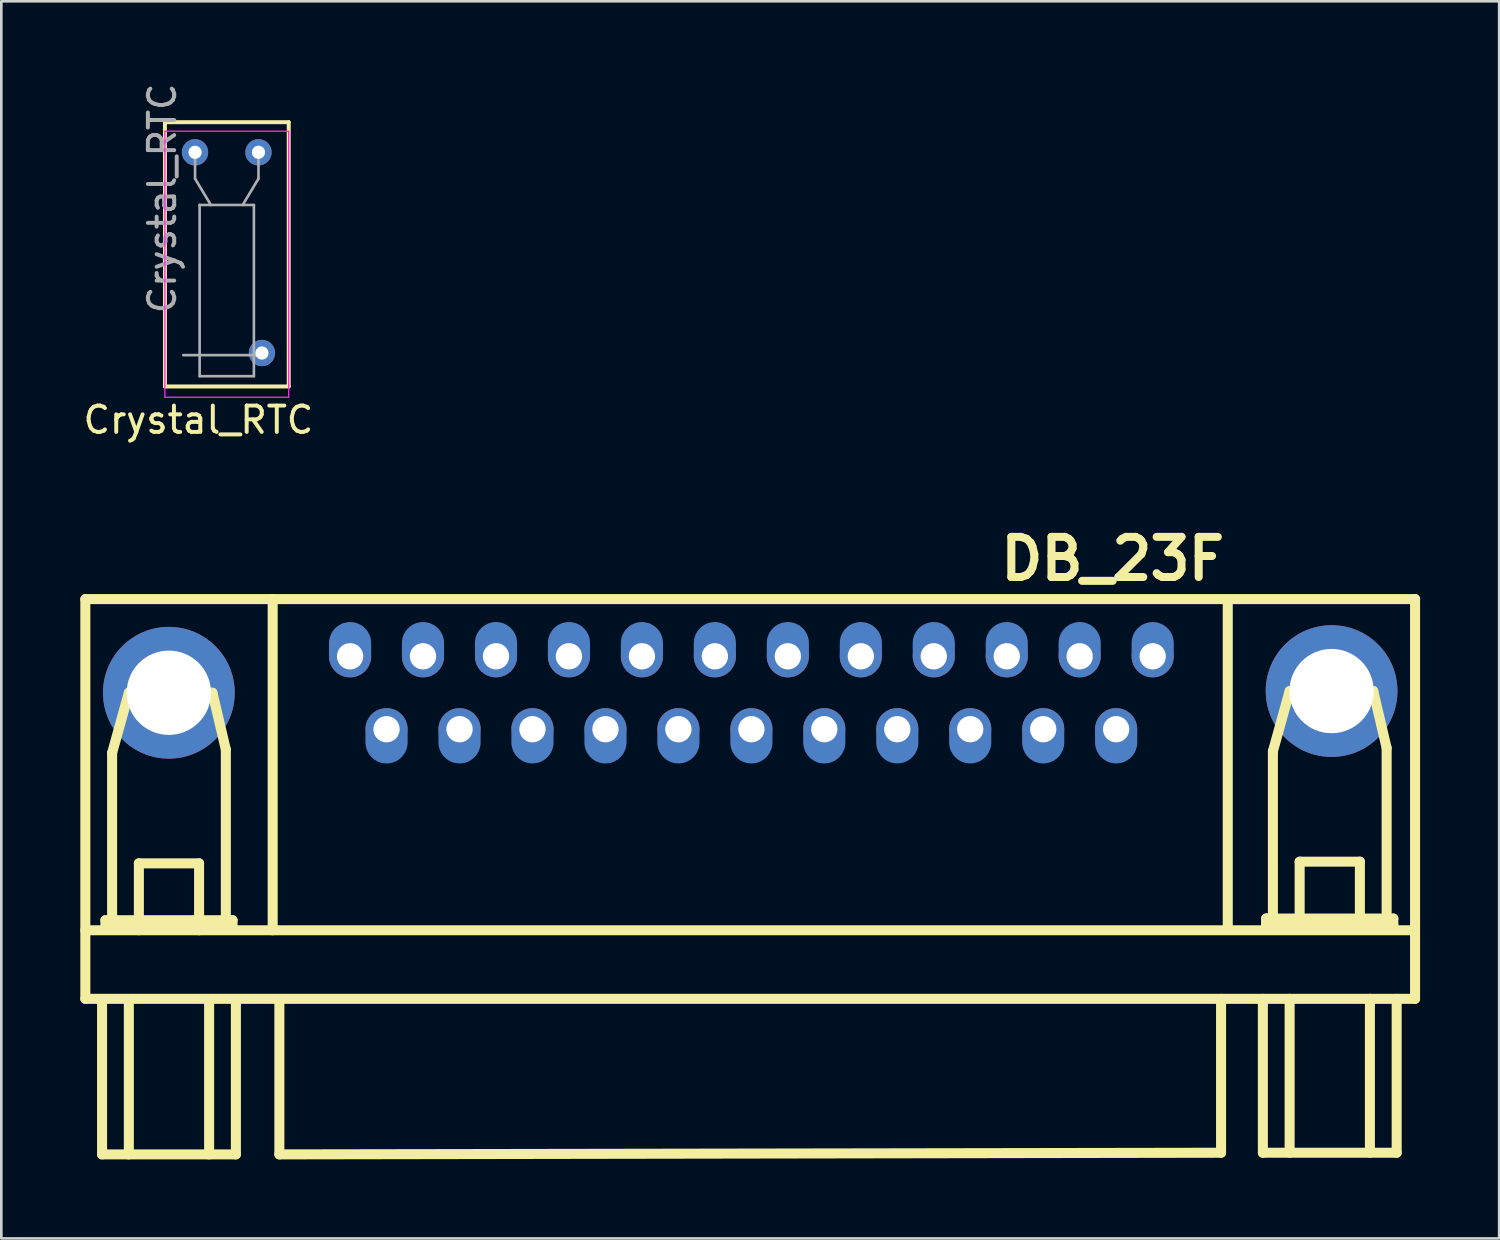
<source format=kicad_pcb>
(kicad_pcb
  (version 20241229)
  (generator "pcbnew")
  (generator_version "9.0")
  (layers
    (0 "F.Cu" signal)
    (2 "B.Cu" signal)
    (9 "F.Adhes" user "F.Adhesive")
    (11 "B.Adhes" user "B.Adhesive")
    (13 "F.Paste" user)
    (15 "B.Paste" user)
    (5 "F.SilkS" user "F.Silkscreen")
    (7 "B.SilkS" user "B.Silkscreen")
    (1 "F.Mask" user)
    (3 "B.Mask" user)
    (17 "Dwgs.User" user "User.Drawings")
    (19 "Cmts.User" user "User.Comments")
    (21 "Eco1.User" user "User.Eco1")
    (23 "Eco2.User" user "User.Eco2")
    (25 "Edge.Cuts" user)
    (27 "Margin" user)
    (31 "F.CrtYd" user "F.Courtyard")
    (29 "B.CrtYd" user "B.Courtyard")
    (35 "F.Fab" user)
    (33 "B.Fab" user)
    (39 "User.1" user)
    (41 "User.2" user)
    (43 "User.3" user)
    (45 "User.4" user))
  (footprint "Crystal_RTC"
    (layer "F.Cu")
    (at 4.609 2.732)
    (property "Reference" "Crystal_RTC" (at -0.127 10.16 180) (layer "F.SilkS") (effects (font (size 1 1) (thickness 0.15))))
    (attr through_hole)
    (fp_line (start -1.397 -1.143) (end 3.302 -1.143) (stroke (width 0.15) (type solid)) (layer "F.SilkS"))
    (fp_line (start -1.397 8.89) (end -1.397 -1.143) (stroke (width 0.15) (type solid)) (layer "F.SilkS"))
    (fp_line (start 3.302 -1.143) (end 3.302 8.89) (stroke (width 0.15) (type solid)) (layer "F.SilkS"))
    (fp_line (start 3.302 8.89) (end -1.397 8.89) (stroke (width 0.15) (type solid)) (layer "F.SilkS"))
    (fp_line (start -1.4 -0.8) (end -1.4 9.3) (stroke (width 0.05) (type solid)) (layer "F.CrtYd"))
    (fp_line (start -1.4 9.3) (end 3.3 9.3) (stroke (width 0.05) (type solid)) (layer "F.CrtYd"))
    (fp_line (start 3.3 -0.8) (end -1.4 -0.8) (stroke (width 0.05) (type solid)) (layer "F.CrtYd"))
    (fp_line (start 3.3 9.3) (end 3.3 -0.8) (stroke (width 0.05) (type solid)) (layer "F.CrtYd"))
    (fp_line (start -0.7 7.7) (end 2.3 7.7) (stroke (width 0.1) (type solid)) (layer "F.Fab"))
    (fp_line (start -0.254 1) (end -0.254 0) (stroke (width 0.1) (type solid)) (layer "F.Fab"))
    (fp_line (start -0.08 2) (end -0.08 8.5) (stroke (width 0.1) (type solid)) (layer "F.Fab"))
    (fp_line (start -0.08 8.5) (end 1.98 8.5) (stroke (width 0.1) (type solid)) (layer "F.Fab"))
    (fp_line (start 0.346 2) (end -0.254 1) (stroke (width 0.1) (type solid)) (layer "F.Fab"))
    (fp_line (start 1.554 2) (end 2.154 1) (stroke (width 0.1) (type solid)) (layer "F.Fab"))
    (fp_line (start 1.98 2) (end -0.08 2) (stroke (width 0.1) (type solid)) (layer "F.Fab"))
    (fp_line (start 1.98 8.5) (end 1.98 2) (stroke (width 0.1) (type solid)) (layer "F.Fab"))
    (fp_line (start 2.154 1) (end 2.154 0) (stroke (width 0.1) (type solid)) (layer "F.Fab"))
    (fp_text user "${REFERENCE}" (at -1.5 1.75 90) (layer "F.Fab") (effects (font (size 1 1) (thickness 0.15))))
    (pad "1" thru_hole circle (at 2.154 0) (size 1 1) (drill 0.5) (layers "*.Cu" "*.Mask"))
    (pad "2" thru_hole circle (at 2.286 7.62) (size 1 1) (drill 0.5) (layers "*.Cu" "*.Mask"))
    (pad "3" thru_hole circle (at -0.254 0) (size 1 1) (drill 0.5) (layers "*.Cu" "*.Mask")))
  (footprint "DB_23F"
    (layer "F.Cu")
    (at 26.86 30.362)
    (property "Reference" "DB_23F" (at 12.332 -12.195 180) (layer "F.SilkS") (effects (font (size 1.524 1.524) (thickness 0.305))))
    (attr through_hole)
    (fp_line (start -26.67 -10.668) (end -26.67 4.508) (stroke (width 0.381) (type solid)) (layer "F.SilkS"))
    (fp_line (start -26.67 1.905) (end 23.749 1.905) (stroke (width 0.381) (type solid)) (layer "F.SilkS"))
    (fp_line (start -26.035 4.572) (end -26.035 10.414) (stroke (width 0.381) (type solid)) (layer "F.SilkS"))
    (fp_line (start -26.035 10.414) (end -20.955 10.414) (stroke (width 0.381) (type solid)) (layer "F.SilkS"))
    (fp_line (start -25.908 1.524) (end -25.908 1.778) (stroke (width 0.381) (type solid)) (layer "F.SilkS"))
    (fp_line (start -25.908 1.778) (end -21.082 1.778) (stroke (width 0.381) (type solid)) (layer "F.SilkS"))
    (fp_line (start -25.654 -4.826) (end -25.019 -7.112) (stroke (width 0.381) (type solid)) (layer "F.SilkS"))
    (fp_line (start -25.654 1.524) (end -25.654 -4.826) (stroke (width 0.381) (type solid)) (layer "F.SilkS"))
    (fp_line (start -25.019 -7.112) (end -21.844 -7.112) (stroke (width 0.381) (type solid)) (layer "F.SilkS"))
    (fp_line (start -25.019 4.572) (end -25.019 10.414) (stroke (width 0.381) (type solid)) (layer "F.SilkS"))
    (fp_line (start -24.638 -0.635) (end -22.352 -0.635) (stroke (width 0.381) (type solid)) (layer "F.SilkS"))
    (fp_line (start -24.638 1.905) (end -24.638 -0.635) (stroke (width 0.381) (type solid)) (layer "F.SilkS"))
    (fp_line (start -22.352 -0.635) (end -22.352 1.905) (stroke (width 0.381) (type solid)) (layer "F.SilkS"))
    (fp_line (start -21.971 4.572) (end -21.971 10.414) (stroke (width 0.381) (type solid)) (layer "F.SilkS"))
    (fp_line (start -21.844 -7.112) (end -21.336 -4.953) (stroke (width 0.381) (type solid)) (layer "F.SilkS"))
    (fp_line (start -21.336 -4.953) (end -21.336 1.524) (stroke (width 0.381) (type solid)) (layer "F.SilkS"))
    (fp_line (start -21.082 1.524) (end -25.908 1.524) (stroke (width 0.381) (type solid)) (layer "F.SilkS"))
    (fp_line (start -21.082 1.778) (end -21.082 1.524) (stroke (width 0.381) (type solid)) (layer "F.SilkS"))
    (fp_line (start -20.955 4.572) (end -20.955 10.414) (stroke (width 0.381) (type solid)) (layer "F.SilkS"))
    (fp_line (start -19.558 1.905) (end -19.558 -10.668) (stroke (width 0.381) (type solid)) (layer "F.SilkS"))
    (fp_line (start -19.304 4.572) (end -19.304 10.414) (stroke (width 0.381) (type solid)) (layer "F.SilkS"))
    (fp_line (start 16.447 10.351) (end -19.304 10.414) (stroke (width 0.381) (type solid)) (layer "F.SilkS"))
    (fp_line (start 16.447 10.351) (end 16.447 4.508) (stroke (width 0.381) (type solid)) (layer "F.SilkS"))
    (fp_line (start 16.701 1.841) (end 16.701 -10.477) (stroke (width 0.381) (type solid)) (layer "F.SilkS"))
    (fp_line (start 18.034 4.508) (end 18.034 10.351) (stroke (width 0.381) (type solid)) (layer "F.SilkS"))
    (fp_line (start 18.034 10.351) (end 23.114 10.351) (stroke (width 0.381) (type solid)) (layer "F.SilkS"))
    (fp_line (start 18.161 1.46) (end 18.161 1.714) (stroke (width 0.381) (type solid)) (layer "F.SilkS"))
    (fp_line (start 18.161 1.46) (end 18.161 1.714) (stroke (width 0.381) (type solid)) (layer "F.SilkS"))
    (fp_line (start 18.161 1.714) (end 22.987 1.714) (stroke (width 0.381) (type solid)) (layer "F.SilkS"))
    (fp_line (start 18.415 -4.889) (end 19.05 -7.176) (stroke (width 0.381) (type solid)) (layer "F.SilkS"))
    (fp_line (start 18.415 1.46) (end 18.415 -4.889) (stroke (width 0.381) (type solid)) (layer "F.SilkS"))
    (fp_line (start 19.05 -7.176) (end 22.225 -7.176) (stroke (width 0.381) (type solid)) (layer "F.SilkS"))
    (fp_line (start 19.05 4.508) (end 19.05 10.351) (stroke (width 0.381) (type solid)) (layer "F.SilkS"))
    (fp_line (start 19.431 -0.699) (end 21.717 -0.699) (stroke (width 0.381) (type solid)) (layer "F.SilkS"))
    (fp_line (start 19.431 1.841) (end 19.431 -0.699) (stroke (width 0.381) (type solid)) (layer "F.SilkS"))
    (fp_line (start 21.717 -0.699) (end 21.717 1.841) (stroke (width 0.381) (type solid)) (layer "F.SilkS"))
    (fp_line (start 22.098 4.508) (end 22.098 10.351) (stroke (width 0.381) (type solid)) (layer "F.SilkS"))
    (fp_line (start 22.225 -7.176) (end 22.733 -5.016) (stroke (width 0.381) (type solid)) (layer "F.SilkS"))
    (fp_line (start 22.733 -5.016) (end 22.733 1.46) (stroke (width 0.381) (type solid)) (layer "F.SilkS"))
    (fp_line (start 22.987 1.46) (end 18.161 1.46) (stroke (width 0.381) (type solid)) (layer "F.SilkS"))
    (fp_line (start 22.987 1.714) (end 22.987 1.46) (stroke (width 0.381) (type solid)) (layer "F.SilkS"))
    (fp_line (start 23.114 4.508) (end 23.114 10.351) (stroke (width 0.381) (type solid)) (layer "F.SilkS"))
    (fp_line (start 23.812 -10.668) (end -26.67 -10.668) (stroke (width 0.381) (type solid)) (layer "F.SilkS"))
    (fp_line (start 23.812 -10.668) (end 23.812 4.508) (stroke (width 0.381) (type solid)) (layer "F.SilkS"))
    (fp_line (start 23.812 4.508) (end -26.67 4.508) (stroke (width 0.381) (type solid)) (layer "F.SilkS"))
    (pad "0" thru_hole circle (at -23.5 -7.112) (size 5.001 5.001) (drill 3.2) (layers "*.Cu" "*.Mask"))
    (pad "0" thru_hole circle (at 20.643 -7.176) (size 5.001 5.001) (drill 3.2) (layers "*.Cu" "*.Mask"))
    (pad "1" thru_hole circle (at 13.851 -8.496) (size 1.6 1.6) (drill 1 (offset 0 0)) (layers "*.Cu" "*.Mask") (padstack (mode front_inner_back) (layer "Inner" (shape circle) (size 1.6 1.6)) (layer "B.Cu" (shape oval) (size 1.6 2.1) (offset 0 -0.25))))
    (pad "2" thru_hole circle (at 11.079 -8.496) (size 1.6 1.6) (drill 1 (offset 0 0)) (layers "*.Cu" "*.Mask") (padstack (mode front_inner_back) (layer "Inner" (shape circle) (size 1.6 1.6)) (layer "B.Cu" (shape oval) (size 1.6 2.1) (offset 0 -0.25))))
    (pad "3" thru_hole circle (at 8.311 -8.496) (size 1.6 1.6) (drill 1 (offset 0 0)) (layers "*.Cu" "*.Mask") (padstack (mode front_inner_back) (layer "Inner" (shape circle) (size 1.6 1.6)) (layer "B.Cu" (shape oval) (size 1.6 2.1) (offset 0 -0.25))))
    (pad "4" thru_hole circle (at 5.54 -8.496) (size 1.6 1.6) (drill 1 (offset 0 0)) (layers "*.Cu" "*.Mask") (padstack (mode front_inner_back) (layer "Inner" (shape circle) (size 1.6 1.6)) (layer "B.Cu" (shape oval) (size 1.6 2.1) (offset 0 -0.25))))
    (pad "5" thru_hole circle (at 2.771 -8.496) (size 1.6 1.6) (drill 1 (offset 0 0)) (layers "*.Cu" "*.Mask") (padstack (mode front_inner_back) (layer "Inner" (shape circle) (size 1.6 1.6)) (layer "B.Cu" (shape oval) (size 1.6 2.1) (offset 0 -0.25))))
    (pad "6" thru_hole circle (at 0 -8.496) (size 1.6 1.6) (drill 1 (offset 0 0)) (layers "*.Cu" "*.Mask") (padstack (mode front_inner_back) (layer "Inner" (shape circle) (size 1.6 1.6)) (layer "B.Cu" (shape oval) (size 1.6 2.1) (offset 0 -0.25))))
    (pad "7" thru_hole circle (at -2.771 -8.496) (size 1.6 1.6) (drill 1 (offset 0 0)) (layers "*.Cu" "*.Mask") (padstack (mode front_inner_back) (layer "Inner" (shape circle) (size 1.6 1.6)) (layer "B.Cu" (shape oval) (size 1.6 2.1) (offset 0 -0.25))))
    (pad "8" thru_hole circle (at -5.54 -8.496) (size 1.6 1.6) (drill 1 (offset 0 0)) (layers "*.Cu" "*.Mask") (padstack (mode front_inner_back) (layer "Inner" (shape circle) (size 1.6 1.6)) (layer "B.Cu" (shape oval) (size 1.6 2.1) (offset 0 -0.25))))
    (pad "9" thru_hole circle (at -8.311 -8.496) (size 1.6 1.6) (drill 1 (offset 0 0)) (layers "*.Cu" "*.Mask") (padstack (mode front_inner_back) (layer "Inner" (shape circle) (size 1.6 1.6)) (layer "B.Cu" (shape oval) (size 1.6 2.1) (offset 0 -0.25))))
    (pad "10" thru_hole circle (at -11.079 -8.496) (size 1.6 1.6) (drill 1 (offset 0 0)) (layers "*.Cu" "*.Mask") (padstack (mode front_inner_back) (layer "Inner" (shape circle) (size 1.6 1.6)) (layer "B.Cu" (shape oval) (size 1.6 2.1) (offset 0 -0.25))))
    (pad "11" thru_hole circle (at -13.851 -8.496) (size 1.6 1.6) (drill 1 (offset 0 0)) (layers "*.Cu" "*.Mask") (padstack (mode front_inner_back) (layer "Inner" (shape circle) (size 1.6 1.6)) (layer "B.Cu" (shape oval) (size 1.6 2.1) (offset 0 -0.25))))
    (pad "12" thru_hole circle (at -16.619 -8.496) (size 1.6 1.6) (drill 1 (offset 0 0)) (layers "*.Cu" "*.Mask") (padstack (mode front_inner_back) (layer "Inner" (shape circle) (size 1.6 1.6)) (layer "B.Cu" (shape oval) (size 1.6 2.1) (offset 0 -0.25))))
    (pad "13" thru_hole circle (at 12.464 -5.728) (size 1.6 1.6) (drill 1 (offset 0 0)) (layers "*.Cu" "*.Mask") (padstack (mode front_inner_back) (layer "Inner" (shape circle) (size 1.6 1.6)) (layer "B.Cu" (shape oval) (size 1.6 2.1) (offset 0 0.25))))
    (pad "14" thru_hole circle (at 9.695 -5.728) (size 1.6 1.6) (drill 1 (offset 0 0)) (layers "*.Cu" "*.Mask") (padstack (mode front_inner_back) (layer "Inner" (shape circle) (size 1.6 1.6)) (layer "B.Cu" (shape oval) (size 1.6 2.1) (offset 0 0.25))))
    (pad "15" thru_hole circle (at 6.924 -5.728) (size 1.6 1.6) (drill 1 (offset 0 0)) (layers "*.Cu" "*.Mask") (padstack (mode front_inner_back) (layer "Inner" (shape circle) (size 1.6 1.6)) (layer "B.Cu" (shape oval) (size 1.6 2.1) (offset 0 0.25))))
    (pad "16" thru_hole circle (at 4.155 -5.728) (size 1.6 1.6) (drill 1 (offset 0 0)) (layers "*.Cu" "*.Mask") (padstack (mode front_inner_back) (layer "Inner" (shape circle) (size 1.6 1.6)) (layer "B.Cu" (shape oval) (size 1.6 2.1) (offset 0 0.25))))
    (pad "17" thru_hole circle (at 1.384 -5.728) (size 1.6 1.6) (drill 1 (offset 0 0)) (layers "*.Cu" "*.Mask") (padstack (mode front_inner_back) (layer "Inner" (shape circle) (size 1.6 1.6)) (layer "B.Cu" (shape oval) (size 1.6 2.1) (offset 0 0.25))))
    (pad "18" thru_hole circle (at -1.384 -5.728) (size 1.6 1.6) (drill 1 (offset 0 0)) (layers "*.Cu" "*.Mask") (padstack (mode front_inner_back) (layer "Inner" (shape circle) (size 1.6 1.6)) (layer "B.Cu" (shape oval) (size 1.6 2.1) (offset 0 0.25))))
    (pad "19" thru_hole circle (at -4.155 -5.728) (size 1.6 1.6) (drill 1 (offset 0 0)) (layers "*.Cu" "*.Mask") (padstack (mode front_inner_back) (layer "Inner" (shape circle) (size 1.6 1.6)) (layer "B.Cu" (shape oval) (size 1.6 2.1) (offset 0 0.25))))
    (pad "20" thru_hole circle (at -6.924 -5.728) (size 1.6 1.6) (drill 1 (offset 0 0)) (layers "*.Cu" "*.Mask") (padstack (mode front_inner_back) (layer "Inner" (shape circle) (size 1.6 1.6)) (layer "B.Cu" (shape oval) (size 1.6 2.1) (offset 0 0.25))))
    (pad "21" thru_hole circle (at -9.695 -5.728) (size 1.6 1.6) (drill 1 (offset 0 0)) (layers "*.Cu" "*.Mask") (padstack (mode front_inner_back) (layer "Inner" (shape circle) (size 1.6 1.6)) (layer "B.Cu" (shape oval) (size 1.6 2.1) (offset 0 0.25))))
    (pad "22" thru_hole circle (at -12.464 -5.728) (size 1.6 1.6) (drill 1 (offset 0 0)) (layers "*.Cu" "*.Mask") (padstack (mode front_inner_back) (layer "Inner" (shape circle) (size 1.6 1.6)) (layer "B.Cu" (shape oval) (size 1.6 2.1) (offset 0 0.25))))
    (pad "23" thru_hole circle (at -15.235 -5.728) (size 1.6 1.6) (drill 1 (offset 0 0)) (layers "*.Cu" "*.Mask") (padstack (mode front_inner_back) (layer "Inner" (shape circle) (size 1.6 1.6)) (layer "B.Cu" (shape oval) (size 1.6 2.1) (offset 0 0.25)))))
  (gr_rect
    (start -3 -3)
    (end 53.864 43.966)
    (stroke (width 0.1) (type default))
    (fill no)
    (layer "Edge.Cuts")))
</source>
